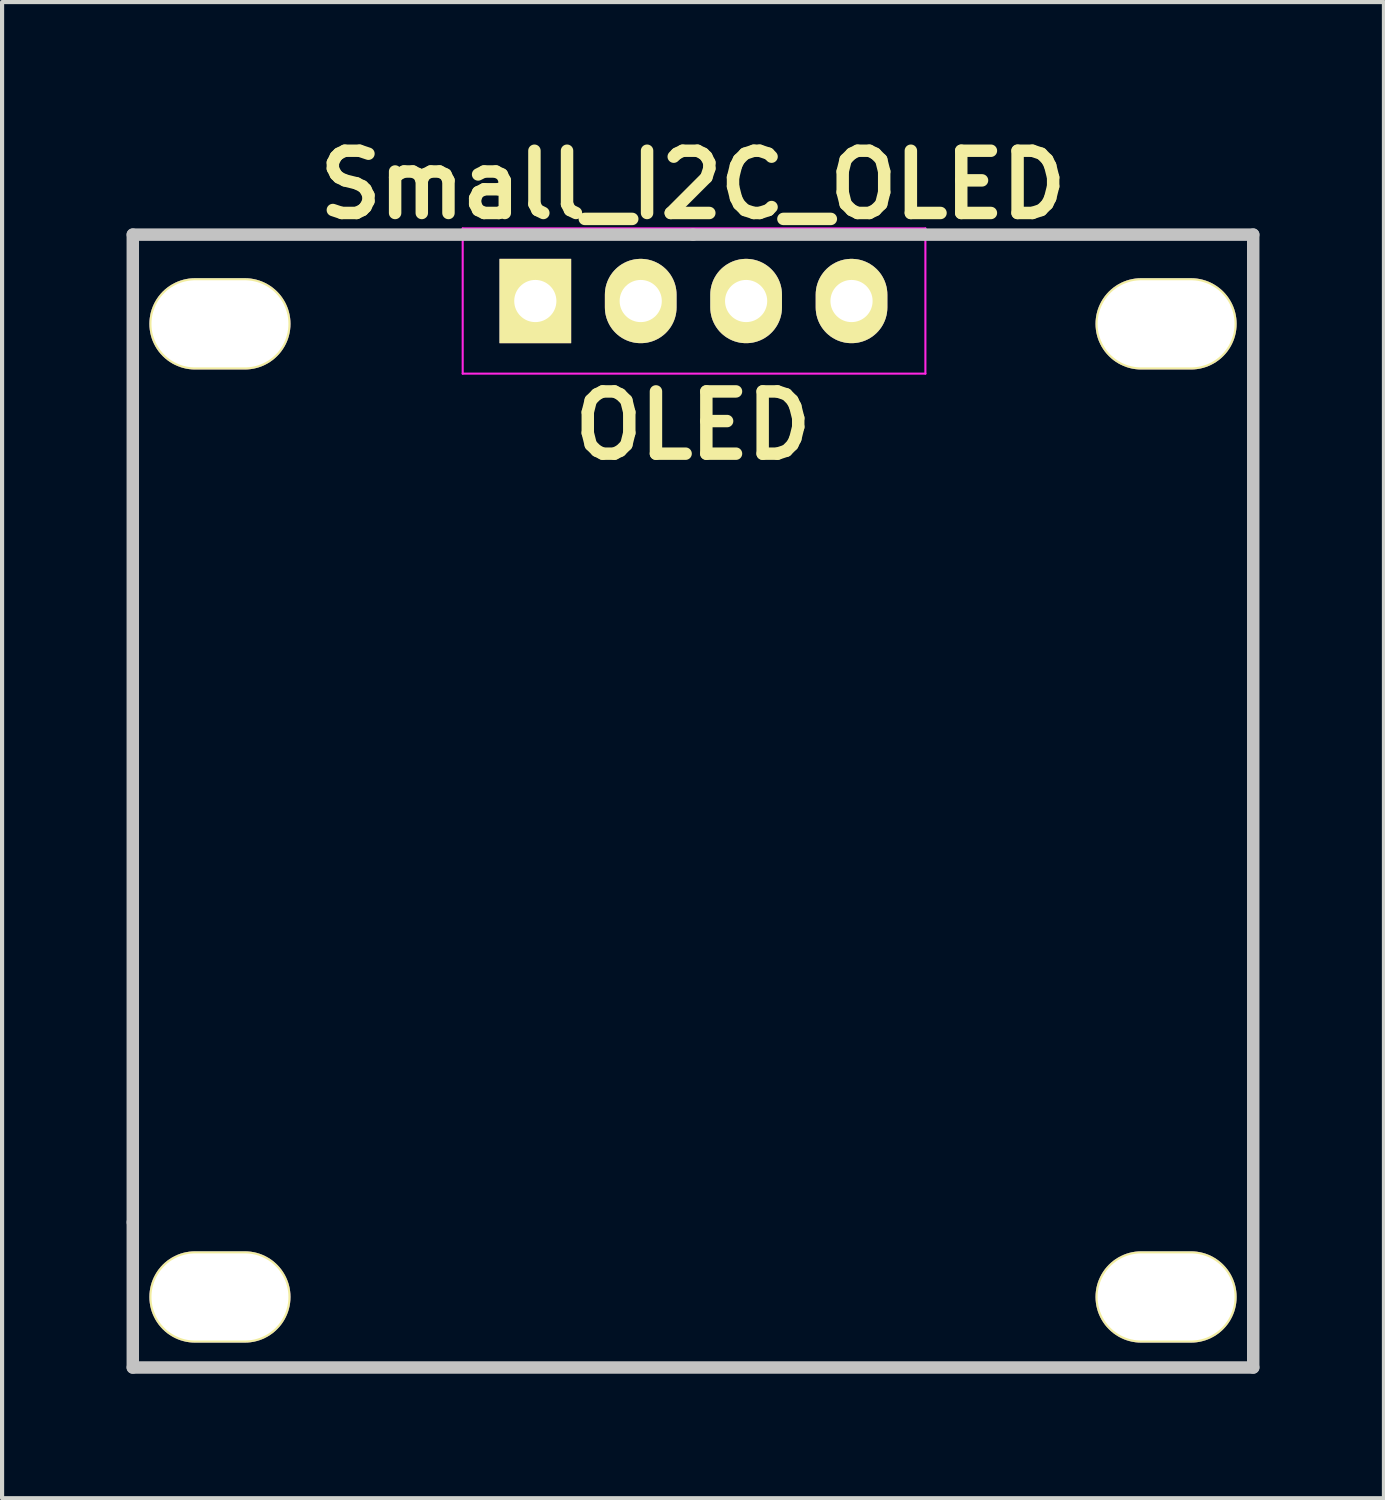
<source format=kicad_pcb>
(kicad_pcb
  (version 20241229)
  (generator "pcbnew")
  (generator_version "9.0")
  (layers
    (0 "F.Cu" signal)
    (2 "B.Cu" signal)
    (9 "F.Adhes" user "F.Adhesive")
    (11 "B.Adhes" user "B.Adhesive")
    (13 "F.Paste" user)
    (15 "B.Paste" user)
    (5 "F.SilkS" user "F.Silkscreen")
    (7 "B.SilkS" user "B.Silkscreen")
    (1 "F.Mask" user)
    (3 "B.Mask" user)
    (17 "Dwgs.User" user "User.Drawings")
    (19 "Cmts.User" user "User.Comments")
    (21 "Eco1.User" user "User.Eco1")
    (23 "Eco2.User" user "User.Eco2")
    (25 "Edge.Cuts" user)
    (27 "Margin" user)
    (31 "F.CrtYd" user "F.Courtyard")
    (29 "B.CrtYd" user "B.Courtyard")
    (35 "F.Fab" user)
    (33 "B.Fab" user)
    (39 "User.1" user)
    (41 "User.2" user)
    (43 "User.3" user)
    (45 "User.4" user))
  (footprint "Small_I2C_OLED"
    (layer "F.Cu")
    (at 13.65 2.604)
    (property "Reference" "Small_I2C_OLED" (at 0 -1.2 0) (layer "F.SilkS") (effects (font (size 1.5 1.5) (thickness 0.3))))
    (attr through_hole)
    (fp_line (start -13.5 0) (end -13.5 23.8) (stroke (width 0.3) (type solid)) (layer "Dwgs.User"))
    (fp_line (start -13.5 23.8) (end -13.5 27.3) (stroke (width 0.3) (type solid)) (layer "Dwgs.User"))
    (fp_line (start 0 0) (end -13.5 0) (stroke (width 0.3) (type solid)) (layer "Dwgs.User"))
    (fp_line (start 0 0) (end 13.5 0) (stroke (width 0.3) (type solid)) (layer "Dwgs.User"))
    (fp_line (start 13.5 0) (end 13.5 27.3) (stroke (width 0.3) (type solid)) (layer "Dwgs.User"))
    (fp_line (start 13.5 27.3) (end -13.5 27.3) (stroke (width 0.3) (type solid)) (layer "Dwgs.User"))
    (fp_line (start -5.55 -0.15) (end -5.55 3.35) (stroke (width 0.05) (type solid)) (layer "F.CrtYd"))
    (fp_line (start -5.55 -0.15) (end 5.6 -0.15) (stroke (width 0.05) (type solid)) (layer "F.CrtYd"))
    (fp_line (start -5.55 3.35) (end 5.6 3.35) (stroke (width 0.05) (type solid)) (layer "F.CrtYd"))
    (fp_line (start 5.6 -0.15) (end 5.6 3.35) (stroke (width 0.05) (type solid)) (layer "F.CrtYd"))
    (fp_text user "OLED" (at 0 4.6 0) (layer "F.SilkS") (effects (font (size 1.5 1.5) (thickness 0.3))))
    (pad "1" thru_hole rect (at -3.8 1.6) (size 1.727 2.032) (drill 1.016) (layers "*.Cu" "*.Mask" "F.SilkS"))
    (pad "2" thru_hole oval (at -11.4 2.15) (size 3.4 2.2) (drill oval 3.3 2.1) (layers "*.Cu" "*.Mask" "F.SilkS"))
    (pad "2" thru_hole oval (at -11.4 25.6) (size 3.4 2.2) (drill oval 3.3 2.1) (layers "*.Cu" "*.Mask" "F.SilkS"))
    (pad "2" thru_hole oval (at -1.26 1.6) (size 1.727 2.032) (drill 1.016) (layers "*.Cu" "*.Mask" "F.SilkS"))
    (pad "2" thru_hole oval (at 11.4 2.15) (size 3.4 2.2) (drill oval 3.3 2.1) (layers "*.Cu" "*.Mask" "F.SilkS"))
    (pad "2" thru_hole oval (at 11.4 25.6) (size 3.4 2.2) (drill oval 3.3 2.1) (layers "*.Cu" "*.Mask" "F.SilkS"))
    (pad "3" thru_hole oval (at 1.28 1.6) (size 1.727 2.032) (drill 1.016) (layers "*.Cu" "*.Mask" "F.SilkS"))
    (pad "4" thru_hole oval (at 3.82 1.6) (size 1.727 2.032) (drill 1.016) (layers "*.Cu" "*.Mask" "F.SilkS")))
  (gr_rect
    (start -3 -3)
    (end 30.3 33.054)
    (stroke (width 0.1) (type default))
    (fill no)
    (layer "Edge.Cuts")))
</source>
